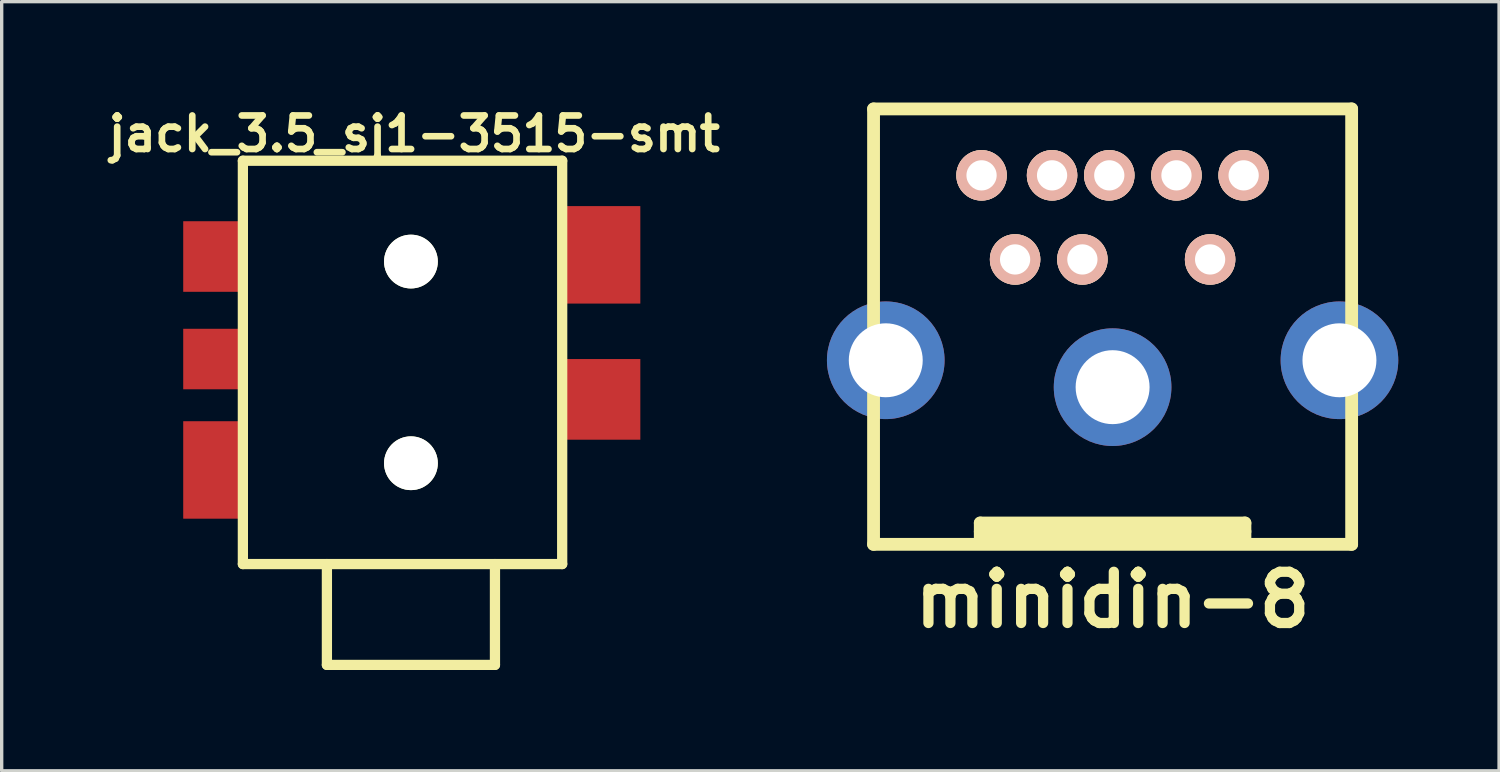
<source format=kicad_pcb>
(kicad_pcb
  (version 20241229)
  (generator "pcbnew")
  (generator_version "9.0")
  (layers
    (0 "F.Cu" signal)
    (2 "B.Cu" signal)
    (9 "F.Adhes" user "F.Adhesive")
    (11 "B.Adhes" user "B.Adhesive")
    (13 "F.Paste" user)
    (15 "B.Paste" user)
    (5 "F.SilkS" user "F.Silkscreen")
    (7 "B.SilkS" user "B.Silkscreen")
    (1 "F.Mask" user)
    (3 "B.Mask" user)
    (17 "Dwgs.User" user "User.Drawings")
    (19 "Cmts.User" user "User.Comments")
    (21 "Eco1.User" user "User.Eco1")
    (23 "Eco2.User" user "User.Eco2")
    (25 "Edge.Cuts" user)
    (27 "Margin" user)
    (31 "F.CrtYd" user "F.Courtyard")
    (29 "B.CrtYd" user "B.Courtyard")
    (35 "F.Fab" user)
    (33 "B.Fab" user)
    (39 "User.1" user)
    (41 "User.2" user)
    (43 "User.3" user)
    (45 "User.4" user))
  (footprint "minidin-8"
    (layer "F.Cu")
    (at 30.052 6.668)
    (property "Reference" "minidin-8" (at 0 8.128 0) (layer "F.SilkS") (effects (font (size 1.524 1.524) (thickness 0.305))))
    (attr through_hole)
    (fp_line (start -7.112 -6.477) (end -7.112 6.477) (stroke (width 0.381) (type solid)) (layer "F.SilkS"))
    (fp_line (start -7.112 6.477) (end 7.112 6.477) (stroke (width 0.381) (type solid)) (layer "F.SilkS"))
    (fp_line (start -3.937 5.842) (end -3.937 6.35) (stroke (width 0.381) (type solid)) (layer "F.SilkS"))
    (fp_line (start -3.937 5.842) (end 3.937 5.842) (stroke (width 0.381) (type solid)) (layer "F.SilkS"))
    (fp_line (start -3.937 6.096) (end 3.937 6.096) (stroke (width 0.381) (type solid)) (layer "F.SilkS"))
    (fp_line (start 3.937 5.842) (end 3.937 6.35) (stroke (width 0.381) (type solid)) (layer "F.SilkS"))
    (fp_line (start 3.937 6.35) (end -3.937 6.35) (stroke (width 0.381) (type solid)) (layer "F.SilkS"))
    (fp_line (start 7.112 -6.477) (end -7.112 -6.477) (stroke (width 0.381) (type solid)) (layer "F.SilkS"))
    (fp_line (start 7.112 6.477) (end 7.112 -6.477) (stroke (width 0.381) (type solid)) (layer "F.SilkS"))
    (pad "1" thru_hole circle (at -0.099 -4.501) (size 1.501 1.501) (drill 0.899) (layers "*.Cu" "*.SilkS" "*.Mask"))
    (pad "2" thru_hole circle (at 1.9 -4.501) (size 1.501 1.501) (drill 0.899) (layers "*.Cu" "*.SilkS" "*.Mask"))
    (pad "3" thru_hole circle (at -3.899 -4.501) (size 1.501 1.501) (drill 0.899) (layers "*.Cu" "*.SilkS" "*.Mask"))
    (pad "4" thru_hole circle (at -1.801 -4.501) (size 1.501 1.501) (drill 0.899) (layers "*.Cu" "*.SilkS" "*.Mask"))
    (pad "5" thru_hole circle (at 3.899 -4.501) (size 1.501 1.501) (drill 0.899) (layers "*.Cu" "*.SilkS" "*.Mask"))
    (pad "6" thru_hole circle (at -2.901 -1.999) (size 1.501 1.501) (drill 0.899) (layers "*.Cu" "*.SilkS" "*.Mask"))
    (pad "7" thru_hole circle (at -0.899 -1.999) (size 1.501 1.501) (drill 0.899) (layers "*.Cu" "*.SilkS" "*.Mask"))
    (pad "8" thru_hole circle (at 2.901 -1.999) (size 1.501 1.501) (drill 0.899) (layers "*.Cu" "*.SilkS" "*.Mask"))
    (pad "9" thru_hole circle (at -6.749 1.001) (size 3.5 3.5) (drill 2.2) (layers "*.Cu"))
    (pad "10" thru_hole circle (at 0 1.801) (size 3.5 3.5) (drill 2.2) (layers "*.Cu"))
    (pad "11" thru_hole circle (at 6.749 1.001) (size 3.5 3.5) (drill 2.2) (layers "*.Cu")))
  (footprint "jack_3.5_sj1-3515-smt"
    (layer "F.Cu")
    (at 9.176 7.632)
    (property "Reference" "jack_3.5_sj1-3515-smt" (at 0.1 -6.7 0) (layer "F.SilkS") (effects (font (size 0.998 0.998) (thickness 0.198))))
    (attr smd)
    (fp_line (start -5 -5.9) (end 4.5 -5.9) (stroke (width 0.305) (type solid)) (layer "F.SilkS"))
    (fp_line (start -5 6.1) (end -5 -5.9) (stroke (width 0.305) (type solid)) (layer "F.SilkS"))
    (fp_line (start -2.5 6.1) (end -2.5 9.1) (stroke (width 0.305) (type solid)) (layer "F.SilkS"))
    (fp_line (start -2.5 9.1) (end 2.5 9.1) (stroke (width 0.305) (type solid)) (layer "F.SilkS"))
    (fp_line (start 2.5 9.1) (end 2.5 6.1) (stroke (width 0.305) (type solid)) (layer "F.SilkS"))
    (fp_line (start 4.5 -5.9) (end 4.5 6.1) (stroke (width 0.305) (type solid)) (layer "F.SilkS"))
    (fp_line (start 4.5 6.1) (end -5 6.1) (stroke (width 0.305) (type solid)) (layer "F.SilkS"))
    (pad "" np_thru_hole circle (at 0 -2.9) (size 1.6 1.6) (drill 1.6) (layers "*.Cu" "*.Mask" "F.SilkS"))
    (pad "" np_thru_hole circle (at 0 3.1) (size 1.6 1.6) (drill 1.6) (layers "*.Cu" "*.Mask" "F.SilkS"))
    (pad "1" smd rect (at -5.9 3.3) (size 1.75 2.9) (layers "F.Cu" "F.Mask" "F.Paste"))
    (pad "2" smd rect (at 5.7 -3.1) (size 2.25 2.9) (layers "F.Cu" "F.Mask" "F.Paste"))
    (pad "3" smd rect (at -5.9 -3.05) (size 1.75 2.1) (layers "F.Cu" "F.Mask" "F.Paste"))
    (pad "4" smd rect (at 5.7 1.2) (size 2.25 2.4) (layers "F.Cu" "F.Mask" "F.Paste"))
    (pad "5" smd rect (at -5.9 0) (size 1.75 1.8) (layers "F.Cu" "F.Mask" "F.Paste")))
  (gr_rect
    (start -3 -3)
    (end 41.55 19.884)
    (stroke (width 0.1) (type default))
    (fill no)
    (layer "Edge.Cuts")))
</source>
